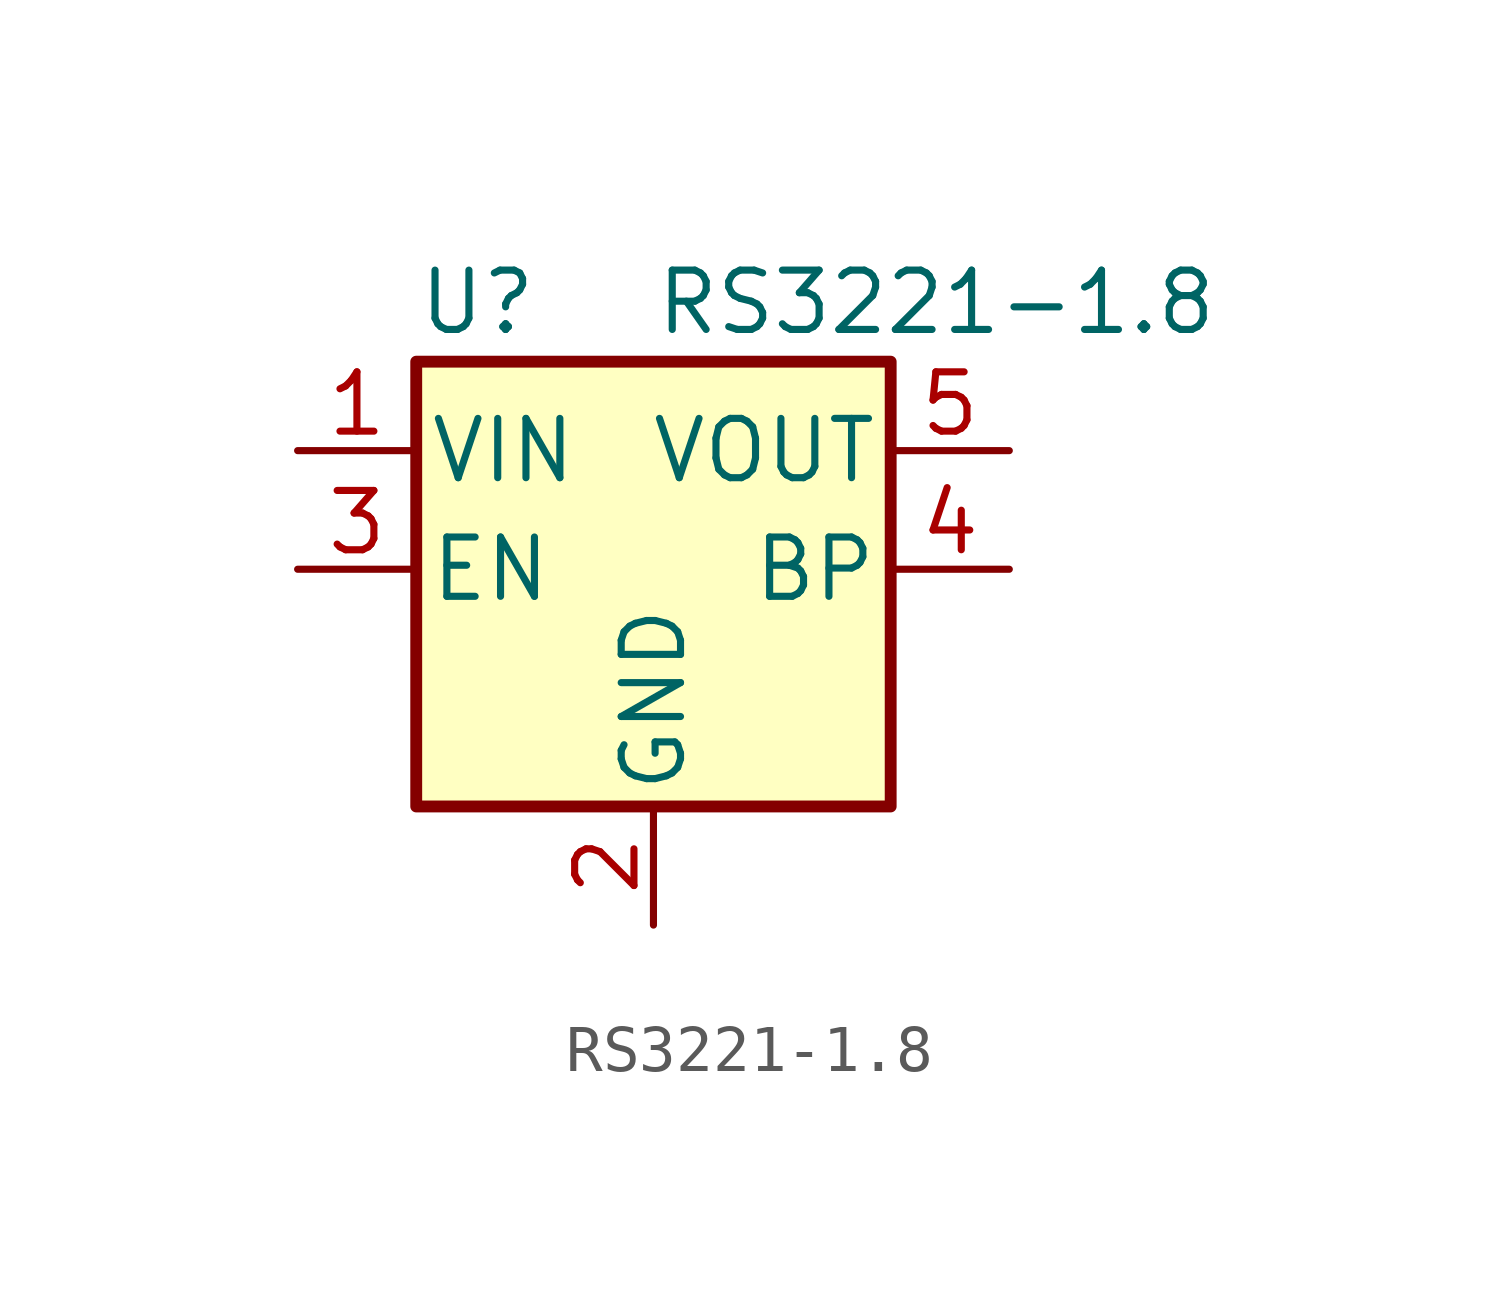
<source format=kicad_sym>
(kicad_symbol_lib
  (version 20231120)
  (generator "kicad_symbol_editor")
  (generator_version "7.99")
  (symbol "RS3221-1.8"
    (pin_names
      (offset 0.254))
    (property "Reference" "U"
      (at -5.08 5.715 0)
      (effects (font (size 1.27 1.27)) (justify left)))
    (property "Value" "RS3221-1.8"
      (at 0 5.715 0)
      (effects (font (size 1.27 1.27)) (justify left)))
    (symbol "RS3221-1.8_0_1"
      (rectangle (start -5.08 4.445) (end 5.08 -5.08) (stroke (width 0.254) (type default)) (fill (type background))))
    (symbol "RS3221-1.8_1_1"
      (pin power_in line (at -7.62 2.54 0) (length 2.54) (name "VIN" (effects (font (size 1.27 1.27)))) (number "1" (effects (font (size 1.27 1.27)))))
      (pin power_in line (at 0 -7.62 90) (length 2.54) (name "GND" (effects (font (size 1.27 1.27)))) (number "2" (effects (font (size 1.27 1.27)))))
      (pin input line (at -7.62 0 0) (length 2.54) (name "EN" (effects (font (size 1.27 1.27)))) (number "3" (effects (font (size 1.27 1.27)))))
      (pin power_out line (at 7.62 0 180) (length 2.54) (name "BP" (effects (font (size 1.27 1.27)))) (number "4" (effects (font (size 1.27 1.27)))))
      (pin no_connect line (at 5.08 0 180) (length 2.54) hide (name "NC" (effects (font (size 1.27 1.27)))) (number "4" (effects (font (size 1.27 1.27)))))
      (pin power_out line (at 7.62 2.54 180) (length 2.54) (name "VOUT" (effects (font (size 1.27 1.27)))) (number "5" (effects (font (size 1.27 1.27))))))))
</source>
